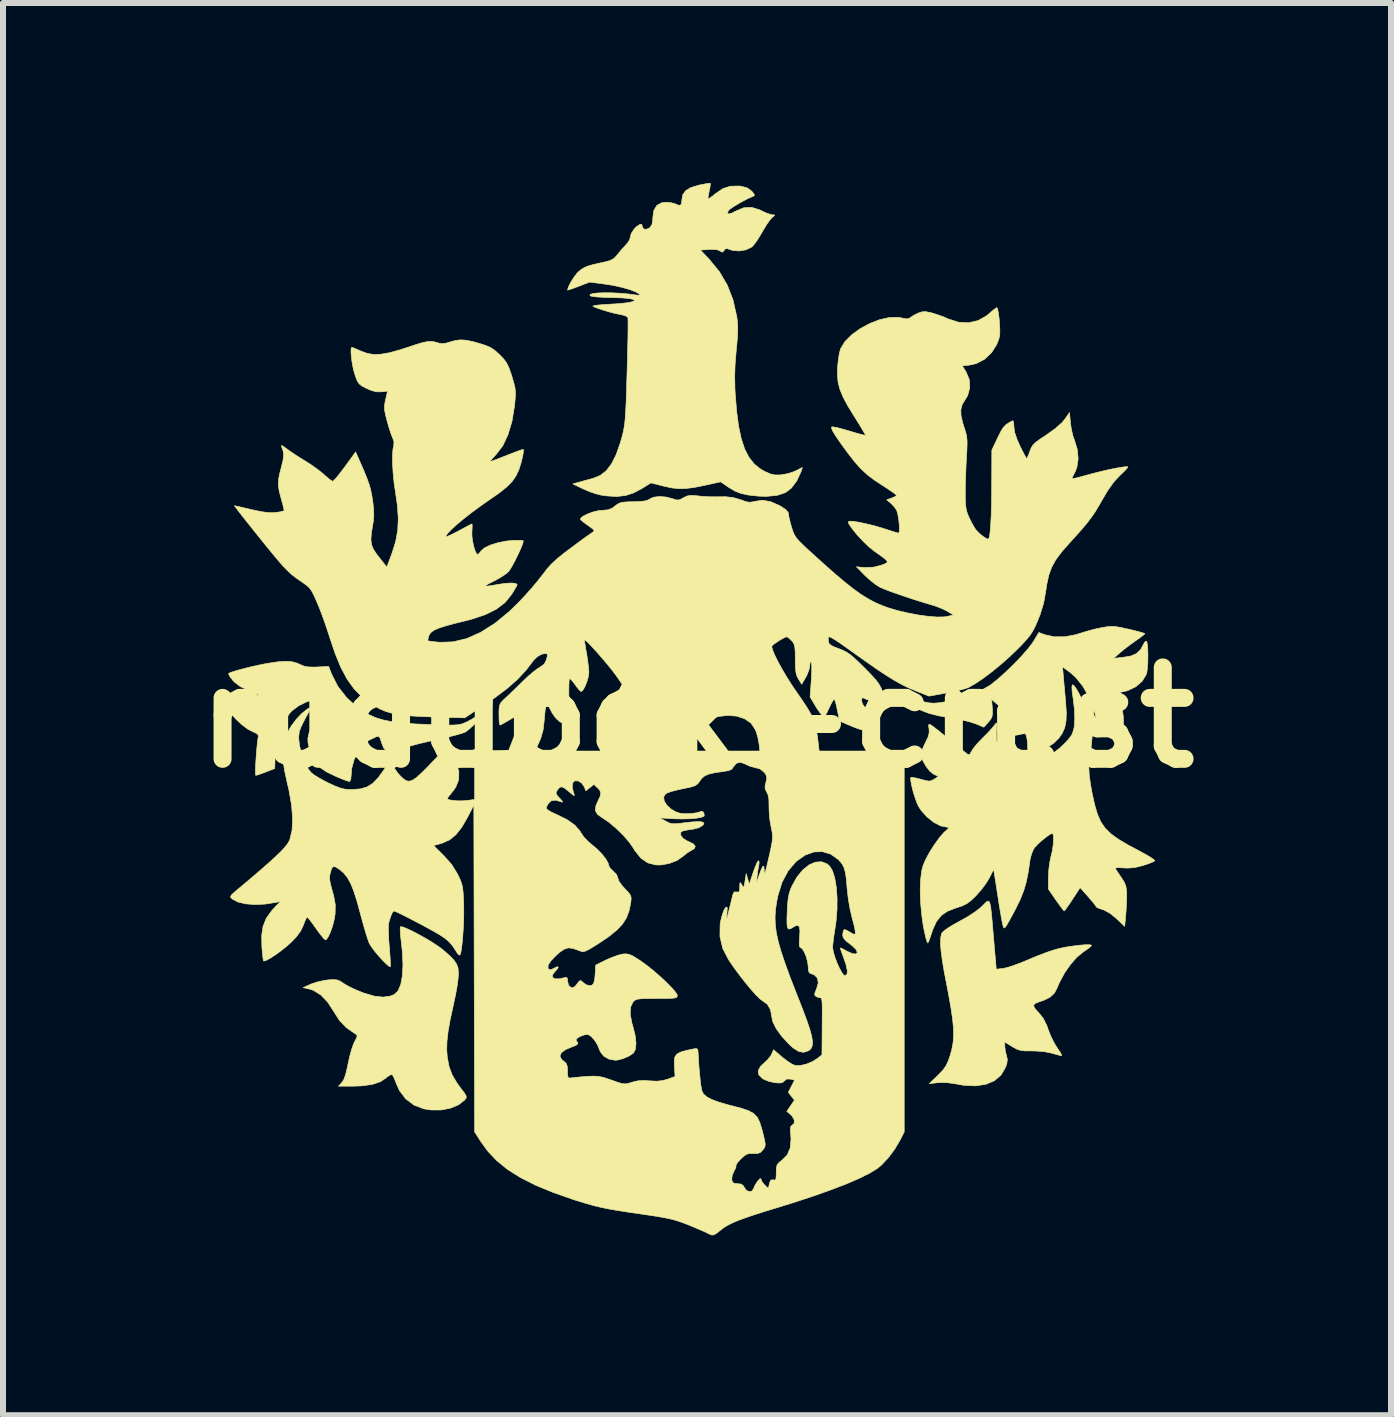
<source format=kicad_pcb>
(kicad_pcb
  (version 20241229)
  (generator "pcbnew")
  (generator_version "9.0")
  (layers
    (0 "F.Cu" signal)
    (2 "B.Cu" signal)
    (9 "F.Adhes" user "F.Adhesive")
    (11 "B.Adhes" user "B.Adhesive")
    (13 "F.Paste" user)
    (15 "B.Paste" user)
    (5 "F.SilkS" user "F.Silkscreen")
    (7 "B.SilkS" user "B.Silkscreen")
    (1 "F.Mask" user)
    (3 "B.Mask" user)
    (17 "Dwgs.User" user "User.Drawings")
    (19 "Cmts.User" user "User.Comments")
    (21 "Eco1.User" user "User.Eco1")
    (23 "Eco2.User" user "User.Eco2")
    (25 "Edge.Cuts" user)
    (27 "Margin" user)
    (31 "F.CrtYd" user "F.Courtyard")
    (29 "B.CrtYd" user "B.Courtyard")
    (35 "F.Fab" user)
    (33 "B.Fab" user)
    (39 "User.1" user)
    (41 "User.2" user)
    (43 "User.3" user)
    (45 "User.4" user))
  (footprint "ruddock-crest"
    (layer "F.Cu")
    (at 8.571 8.912)
    (property "Reference" "ruddock-crest" (at 0 0 0) (layer "F.SilkS") (effects (font (size 1.524 1.524) (thickness 0.3))))
    (attr through_hole)
    (fp_poly (pts (xy -4.914 3.49) (xy -4.849 3.515) (xy -4.76 3.556) (xy -4.655 3.61) (xy -4.543 3.672) (xy -4.434 3.737) (xy -4.336 3.801) (xy -4.289 3.833) (xy -4.198 3.906) (xy -4.114 3.982) (xy -4.053 4.047) (xy -4.048 4.053) (xy -4.006 4.117) (xy -3.985 4.176) (xy -3.978 4.254) (xy -3.979 4.304) (xy -3.987 4.388) (xy -4.004 4.506) (xy -4.03 4.643) (xy -4.06 4.784) (xy -4.063 4.798) (xy -4.115 5.035) (xy -4.15 5.233) (xy -4.169 5.4) (xy -4.173 5.546) (xy -4.164 5.661) (xy -4.135 5.818) (xy -4.083 5.958) (xy -4 6.098) (xy -3.941 6.179) (xy -3.883 6.254) (xy -3.853 6.302) (xy -3.846 6.333) (xy -3.859 6.359) (xy -3.876 6.379) (xy -3.977 6.458) (xy -4.112 6.514) (xy -4.269 6.544) (xy -4.435 6.544) (xy -4.554 6.525) (xy -4.719 6.462) (xy -4.858 6.357) (xy -4.963 6.217) (xy -5.015 6.1) (xy -5.044 6.024) (xy -5.071 5.97) (xy -5.084 5.954) (xy -5.117 5.96) (xy -5.166 5.993) (xy -5.18 6.006) (xy -5.28 6.073) (xy -5.416 6.118) (xy -5.593 6.142) (xy -5.736 6.147) (xy -5.978 6.147) (xy -5.922 6.088) (xy -5.888 6.034) (xy -5.857 5.946) (xy -5.826 5.816) (xy -5.817 5.769) (xy -5.79 5.647) (xy -5.758 5.532) (xy -5.726 5.44) (xy -5.71 5.406) (xy -5.676 5.342) (xy -5.666 5.307) (xy -5.679 5.286) (xy -5.7 5.273) (xy -5.849 5.169) (xy -5.963 5.049) (xy -6.048 4.915) (xy -6.155 4.749) (xy -6.272 4.626) (xy -6.396 4.549) (xy -6.457 4.529) (xy -6.566 4.504) (xy -6.439 4.446) (xy -6.34 4.412) (xy -6.222 4.385) (xy -6.152 4.375) (xy -6.06 4.37) (xy -5.998 4.376) (xy -5.944 4.399) (xy -5.885 4.439) (xy -5.812 4.482) (xy -5.708 4.532) (xy -5.593 4.58) (xy -5.552 4.595) (xy -5.379 4.646) (xy -5.236 4.662) (xy -5.115 4.645) (xy -5.046 4.618) (xy -4.985 4.558) (xy -4.94 4.454) (xy -4.913 4.31) (xy -4.903 4.129) (xy -4.912 3.916) (xy -4.932 3.731) (xy -4.944 3.629) (xy -4.949 3.547) (xy -4.947 3.497) (xy -4.944 3.488) (xy -4.914 3.49)) (stroke (width 0.01) (type solid)) (fill yes) (layer "F.SilkS"))
    (fp_poly (pts (xy 4.869 3.068) (xy 4.883 3.099) (xy 4.896 3.161) (xy 4.907 3.257) (xy 4.92 3.392) (xy 4.935 3.57) (xy 4.943 3.667) (xy 4.989 4.197) (xy 5.109 4.183) (xy 5.178 4.167) (xy 5.28 4.134) (xy 5.401 4.089) (xy 5.529 4.036) (xy 5.542 4.03) (xy 5.677 3.974) (xy 5.816 3.921) (xy 5.94 3.879) (xy 6.035 3.852) (xy 6.035 3.852) (xy 6.152 3.828) (xy 6.271 3.81) (xy 6.384 3.796) (xy 6.479 3.789) (xy 6.547 3.789) (xy 6.577 3.798) (xy 6.577 3.8) (xy 6.557 3.824) (xy 6.504 3.865) (xy 6.437 3.911) (xy 6.333 3.996) (xy 6.226 4.118) (xy 6.126 4.262) (xy 6.043 4.416) (xy 6.006 4.504) (xy 5.958 4.596) (xy 5.884 4.664) (xy 5.776 4.717) (xy 5.715 4.737) (xy 5.641 4.765) (xy 5.611 4.796) (xy 5.624 4.839) (xy 5.678 4.903) (xy 5.691 4.916) (xy 5.769 5.012) (xy 5.828 5.127) (xy 5.856 5.205) (xy 5.9 5.318) (xy 5.957 5.431) (xy 6.008 5.513) (xy 6.052 5.578) (xy 6.077 5.623) (xy 6.077 5.639) (xy 6.042 5.632) (xy 5.975 5.614) (xy 5.916 5.597) (xy 5.793 5.572) (xy 5.645 5.56) (xy 5.578 5.559) (xy 5.472 5.559) (xy 5.397 5.551) (xy 5.336 5.532) (xy 5.271 5.497) (xy 5.254 5.487) (xy 5.131 5.411) (xy 5.131 5.483) (xy 5.14 5.56) (xy 5.159 5.636) (xy 5.174 5.702) (xy 5.165 5.77) (xy 5.145 5.829) (xy 5.07 5.959) (xy 4.959 6.055) (xy 4.815 6.116) (xy 4.64 6.142) (xy 4.438 6.131) (xy 4.305 6.107) (xy 4.168 6.088) (xy 4.032 6.087) (xy 4.013 6.089) (xy 3.873 6.104) (xy 4.016 5.967) (xy 4.096 5.883) (xy 4.15 5.809) (xy 4.191 5.721) (xy 4.219 5.639) (xy 4.249 5.53) (xy 4.269 5.421) (xy 4.278 5.306) (xy 4.275 5.175) (xy 4.26 5.022) (xy 4.233 4.839) (xy 4.194 4.619) (xy 4.168 4.483) (xy 4.122 4.244) (xy 4.089 4.049) (xy 4.069 3.894) (xy 4.059 3.773) (xy 4.061 3.683) (xy 4.073 3.618) (xy 4.085 3.59) (xy 4.119 3.556) (xy 4.188 3.507) (xy 4.281 3.45) (xy 4.374 3.399) (xy 4.512 3.322) (xy 4.636 3.241) (xy 4.732 3.166) (xy 4.754 3.146) (xy 4.794 3.105) (xy 4.826 3.075) (xy 4.85 3.061) (xy 4.869 3.068)) (stroke (width 0.01) (type solid)) (fill yes) (layer "F.SilkS"))
    (fp_poly (pts (xy 6.98 -1.515) (xy 7.067 -1.5) (xy 7.186 -1.474) (xy 7.201 -1.471) (xy 7.309 -1.445) (xy 7.396 -1.422) (xy 7.452 -1.405) (xy 7.467 -1.397) (xy 7.447 -1.378) (xy 7.395 -1.338) (xy 7.322 -1.286) (xy 7.308 -1.276) (xy 7.212 -1.207) (xy 7.117 -1.134) (xy 7.048 -1.077) (xy 6.947 -0.986) (xy 7.095 -1.002) (xy 7.229 -1.024) (xy 7.324 -1.064) (xy 7.391 -1.126) (xy 7.429 -1.193) (xy 7.463 -1.256) (xy 7.488 -1.273) (xy 7.497 -1.265) (xy 7.508 -1.22) (xy 7.515 -1.139) (xy 7.517 -1.037) (xy 7.516 -0.929) (xy 7.509 -0.828) (xy 7.499 -0.749) (xy 7.491 -0.719) (xy 7.422 -0.605) (xy 7.314 -0.512) (xy 7.175 -0.446) (xy 7.034 -0.414) (xy 6.962 -0.404) (xy 6.917 -0.393) (xy 6.909 -0.388) (xy 6.924 -0.364) (xy 6.963 -0.314) (xy 6.995 -0.276) (xy 7.049 -0.201) (xy 7.087 -0.127) (xy 7.096 -0.097) (xy 7.105 -0.027) (xy 7.11 0.061) (xy 7.111 0.152) (xy 7.108 0.23) (xy 7.101 0.278) (xy 7.097 0.286) (xy 7.066 0.288) (xy 7.006 0.274) (xy 6.983 0.266) (xy 6.895 0.245) (xy 6.819 0.254) (xy 6.806 0.258) (xy 6.749 0.273) (xy 6.715 0.272) (xy 6.714 0.271) (xy 6.704 0.241) (xy 6.688 0.174) (xy 6.67 0.084) (xy 6.667 0.064) (xy 6.614 -0.145) (xy 6.533 -0.344) (xy 6.43 -0.524) (xy 6.31 -0.673) (xy 6.212 -0.758) (xy 6.094 -0.843) (xy 6.108 -0.682) (xy 6.116 -0.584) (xy 6.128 -0.457) (xy 6.14 -0.32) (xy 6.146 -0.254) (xy 6.157 -0.078) (xy 6.152 0.06) (xy 6.13 0.171) (xy 6.088 0.265) (xy 6.031 0.346) (xy 5.943 0.431) (xy 5.832 0.505) (xy 5.716 0.559) (xy 5.611 0.584) (xy 5.596 0.584) (xy 5.544 0.581) (xy 5.52 0.564) (xy 5.512 0.517) (xy 5.512 0.472) (xy 5.506 0.385) (xy 5.492 0.308) (xy 5.486 0.292) (xy 5.451 0.232) (xy 5.384 0.148) (xy 5.292 0.048) (xy 5.184 -0.06) (xy 5.066 -0.168) (xy 5.053 -0.179) (xy 4.912 -0.301) (xy 4.923 -0.154) (xy 4.926 -0.067) (xy 4.917 -0.009) (xy 4.891 0.038) (xy 4.858 0.077) (xy 4.782 0.162) (xy 4.646 0.105) (xy 4.561 0.077) (xy 4.444 0.047) (xy 4.314 0.021) (xy 4.242 0.009) (xy 4.033 -0.027) (xy 3.866 -0.069) (xy 3.733 -0.12) (xy 3.627 -0.182) (xy 3.538 -0.26) (xy 3.53 -0.269) (xy 3.467 -0.337) (xy 3.531 -0.324) (xy 3.589 -0.31) (xy 3.675 -0.289) (xy 3.754 -0.268) (xy 3.857 -0.245) (xy 3.945 -0.238) (xy 4.045 -0.246) (xy 4.091 -0.253) (xy 4.317 -0.299) (xy 4.533 -0.365) (xy 4.726 -0.446) (xy 4.884 -0.536) (xy 4.907 -0.553) (xy 5.025 -0.648) (xy 5.153 -0.764) (xy 5.284 -0.89) (xy 5.406 -1.018) (xy 5.511 -1.137) (xy 5.59 -1.239) (xy 5.613 -1.274) (xy 5.698 -1.417) (xy 5.802 -1.379) (xy 5.956 -1.345) (xy 6.134 -1.346) (xy 6.321 -1.382) (xy 6.39 -1.404) (xy 6.513 -1.442) (xy 6.651 -1.478) (xy 6.751 -1.499) (xy 6.838 -1.513) (xy 6.909 -1.519) (xy 6.98 -1.515)) (stroke (width 0.01) (type solid)) (fill yes) (layer "F.SilkS"))
    (fp_poly (pts (xy -6.755 -0.93) (xy -6.667 -0.906) (xy -6.624 -0.886) (xy -6.555 -0.857) (xy -6.482 -0.843) (xy -6.386 -0.84) (xy -6.331 -0.842) (xy -6.142 -0.851) (xy -6.093 -0.724) (xy -5.989 -0.519) (xy -5.842 -0.331) (xy -5.683 -0.186) (xy -5.574 -0.108) (xy -5.466 -0.045) (xy -5.353 0.005) (xy -5.226 0.043) (xy -5.079 0.072) (xy -4.903 0.093) (xy -4.691 0.108) (xy -4.445 0.118) (xy -4.278 0.124) (xy -4.153 0.127) (xy -4.061 0.126) (xy -3.993 0.122) (xy -3.942 0.113) (xy -3.897 0.099) (xy -3.851 0.08) (xy -3.85 0.08) (xy -3.754 0.029) (xy -3.654 -0.036) (xy -3.612 -0.068) (xy -3.55 -0.116) (xy -3.522 -0.127) (xy -3.526 -0.11) (xy -3.57 -0.045) (xy -3.638 0.035) (xy -3.717 0.118) (xy -3.794 0.191) (xy -3.856 0.238) (xy -3.866 0.244) (xy -3.918 0.264) (xy -4.009 0.29) (xy -4.126 0.32) (xy -4.257 0.351) (xy -4.288 0.357) (xy -4.489 0.402) (xy -4.646 0.439) (xy -4.767 0.472) (xy -4.859 0.502) (xy -4.929 0.532) (xy -4.982 0.564) (xy -4.998 0.575) (xy -5.081 0.638) (xy -5.157 0.584) (xy -5.226 0.506) (xy -5.261 0.417) (xy -5.282 0.348) (xy -5.303 0.318) (xy -5.335 0.317) (xy -5.344 0.319) (xy -5.475 0.382) (xy -5.589 0.487) (xy -5.629 0.541) (xy -5.715 0.696) (xy -5.758 0.852) (xy -5.766 0.959) (xy -5.773 1.035) (xy -5.793 1.066) (xy -5.798 1.066) (xy -5.834 1.057) (xy -5.904 1.031) (xy -5.995 0.994) (xy -6.03 0.978) (xy -6.175 0.908) (xy -6.281 0.837) (xy -6.355 0.757) (xy -6.409 0.659) (xy -6.423 0.624) (xy -6.463 0.511) (xy -6.485 0.425) (xy -6.488 0.35) (xy -6.472 0.27) (xy -6.435 0.17) (xy -6.402 0.091) (xy -6.356 -0.02) (xy -6.317 -0.123) (xy -6.29 -0.202) (xy -6.282 -0.233) (xy -6.266 -0.313) (xy -6.37 -0.299) (xy -6.506 -0.262) (xy -6.641 -0.196) (xy -6.754 -0.111) (xy -6.786 -0.076) (xy -6.836 -0.006) (xy -6.894 0.089) (xy -6.941 0.176) (xy -6.98 0.26) (xy -7.005 0.334) (xy -7.02 0.415) (xy -7.028 0.52) (xy -7.032 0.595) (xy -7.041 0.851) (xy -7.187 0.908) (xy -7.268 0.938) (xy -7.33 0.959) (xy -7.357 0.965) (xy -7.361 0.942) (xy -7.362 0.879) (xy -7.359 0.789) (xy -7.352 0.682) (xy -7.344 0.569) (xy -7.334 0.463) (xy -7.324 0.374) (xy -7.314 0.314) (xy -7.312 0.308) (xy -7.328 0.276) (xy -7.389 0.244) (xy -7.405 0.238) (xy -7.49 0.194) (xy -7.588 0.12) (xy -7.686 0.03) (xy -7.768 -0.064) (xy -7.8 -0.111) (xy -7.824 -0.169) (xy -7.841 -0.245) (xy -7.849 -0.323) (xy -7.848 -0.389) (xy -7.836 -0.428) (xy -7.828 -0.432) (xy -7.797 -0.415) (xy -7.753 -0.374) (xy -7.75 -0.371) (xy -7.686 -0.323) (xy -7.62 -0.296) (xy -7.565 -0.295) (xy -7.49 -0.307) (xy -7.414 -0.327) (xy -7.35 -0.35) (xy -7.317 -0.372) (xy -7.315 -0.377) (xy -7.337 -0.394) (xy -7.395 -0.42) (xy -7.476 -0.452) (xy -7.479 -0.453) (xy -7.613 -0.514) (xy -7.714 -0.592) (xy -7.735 -0.614) (xy -7.783 -0.674) (xy -7.807 -0.719) (xy -7.807 -0.736) (xy -7.769 -0.753) (xy -7.692 -0.778) (xy -7.587 -0.807) (xy -7.464 -0.838) (xy -7.333 -0.868) (xy -7.206 -0.894) (xy -7.157 -0.903) (xy -6.989 -0.928) (xy -6.858 -0.937) (xy -6.755 -0.93)) (stroke (width 0.01) (type solid)) (fill yes) (layer "F.SilkS"))
    (fp_poly (pts (xy 6.284 -0.533) (xy 6.325 -0.475) (xy 6.366 -0.404) (xy 6.489 -0.15) (xy 6.563 0.087) (xy 6.589 0.31) (xy 6.568 0.517) (xy 6.567 0.52) (xy 6.541 0.66) (xy 6.531 0.799) (xy 6.538 0.948) (xy 6.561 1.123) (xy 6.59 1.279) (xy 6.632 1.465) (xy 6.677 1.616) (xy 6.733 1.741) (xy 6.805 1.846) (xy 6.9 1.94) (xy 7.025 2.03) (xy 7.185 2.125) (xy 7.347 2.211) (xy 7.456 2.27) (xy 7.546 2.322) (xy 7.607 2.362) (xy 7.632 2.386) (xy 7.632 2.389) (xy 7.602 2.407) (xy 7.537 2.434) (xy 7.449 2.463) (xy 7.438 2.467) (xy 7.301 2.501) (xy 7.181 2.511) (xy 7.109 2.508) (xy 7.023 2.503) (xy 6.981 2.508) (xy 6.977 2.523) (xy 7 2.559) (xy 7.042 2.622) (xy 7.079 2.676) (xy 7.126 2.752) (xy 7.151 2.817) (xy 7.161 2.894) (xy 7.163 2.968) (xy 7.16 3.091) (xy 7.153 3.227) (xy 7.146 3.31) (xy 7.13 3.483) (xy 7 3.359) (xy 6.889 3.267) (xy 6.784 3.21) (xy 6.763 3.203) (xy 6.698 3.181) (xy 6.659 3.161) (xy 6.655 3.155) (xy 6.639 3.129) (xy 6.597 3.076) (xy 6.537 3.006) (xy 6.521 2.987) (xy 6.387 2.837) (xy 6.26 3.031) (xy 6.204 3.116) (xy 6.157 3.182) (xy 6.128 3.22) (xy 6.121 3.225) (xy 6.102 3.205) (xy 6.062 3.153) (xy 6.008 3.078) (xy 5.983 3.042) (xy 5.857 2.86) (xy 5.859 2.655) (xy 5.865 2.535) (xy 5.881 2.414) (xy 5.901 2.316) (xy 5.902 2.313) (xy 5.923 2.227) (xy 5.937 2.133) (xy 5.943 2.044) (xy 5.942 1.974) (xy 5.932 1.935) (xy 5.925 1.931) (xy 5.884 1.948) (xy 5.822 1.992) (xy 5.75 2.05) (xy 5.681 2.113) (xy 5.629 2.169) (xy 5.613 2.191) (xy 5.579 2.269) (xy 5.553 2.363) (xy 5.55 2.387) (xy 5.522 2.58) (xy 5.489 2.742) (xy 5.446 2.889) (xy 5.387 3.037) (xy 5.307 3.201) (xy 5.246 3.314) (xy 5.19 3.416) (xy 5.153 3.479) (xy 5.13 3.507) (xy 5.116 3.507) (xy 5.105 3.483) (xy 5.1 3.467) (xy 5.088 3.413) (xy 5.071 3.321) (xy 5.051 3.204) (xy 5.03 3.076) (xy 5.03 3.073) (xy 5.009 2.94) (xy 4.99 2.814) (xy 4.974 2.71) (xy 4.963 2.644) (xy 4.945 2.532) (xy 4.873 2.675) (xy 4.818 2.766) (xy 4.741 2.869) (xy 4.658 2.964) (xy 4.653 2.969) (xy 4.57 3.05) (xy 4.499 3.103) (xy 4.422 3.141) (xy 4.323 3.173) (xy 4.178 3.229) (xy 4.071 3.301) (xy 3.992 3.401) (xy 3.929 3.539) (xy 3.916 3.58) (xy 3.887 3.666) (xy 3.863 3.73) (xy 3.849 3.759) (xy 3.848 3.759) (xy 3.835 3.737) (xy 3.818 3.683) (xy 3.812 3.664) (xy 3.773 3.482) (xy 3.745 3.284) (xy 3.727 3.081) (xy 3.721 2.884) (xy 3.727 2.705) (xy 3.746 2.555) (xy 3.768 2.47) (xy 3.814 2.364) (xy 3.881 2.24) (xy 3.961 2.115) (xy 4.042 2.003) (xy 4.116 1.918) (xy 4.138 1.898) (xy 4.186 1.855) (xy 4.198 1.835) (xy 4.176 1.829) (xy 4.167 1.829) (xy 4.062 1.807) (xy 3.948 1.748) (xy 3.836 1.66) (xy 3.738 1.551) (xy 3.694 1.485) (xy 3.665 1.422) (xy 3.634 1.335) (xy 3.604 1.238) (xy 3.58 1.142) (xy 3.565 1.061) (xy 3.562 1.009) (xy 3.565 0.998) (xy 3.594 0.999) (xy 3.657 1.011) (xy 3.731 1.03) (xy 3.817 1.053) (xy 3.871 1.061) (xy 3.91 1.053) (xy 3.95 1.031) (xy 3.955 1.028) (xy 4.024 0.982) (xy 3.944 0.945) (xy 3.882 0.896) (xy 3.819 0.816) (xy 3.766 0.724) (xy 3.737 0.639) (xy 3.734 0.612) (xy 3.745 0.561) (xy 3.776 0.485) (xy 3.808 0.418) (xy 3.853 0.325) (xy 3.871 0.253) (xy 3.868 0.186) (xy 3.862 0.147) (xy 3.862 0.122) (xy 3.872 0.114) (xy 3.899 0.125) (xy 3.947 0.159) (xy 4.022 0.217) (xy 4.127 0.303) (xy 4.204 0.365) (xy 4.307 0.449) (xy 4.397 0.523) (xy 4.467 0.579) (xy 4.508 0.612) (xy 4.514 0.617) (xy 4.544 0.619) (xy 4.571 0.574) (xy 4.573 0.57) (xy 4.603 0.52) (xy 4.66 0.449) (xy 4.734 0.37) (xy 4.759 0.345) (xy 4.838 0.266) (xy 4.906 0.193) (xy 4.953 0.138) (xy 4.961 0.127) (xy 4.984 0.096) (xy 4.996 0.092) (xy 4.998 0.122) (xy 4.993 0.194) (xy 4.99 0.229) (xy 4.992 0.377) (xy 5.027 0.491) (xy 5.097 0.576) (xy 5.156 0.614) (xy 5.231 0.638) (xy 5.341 0.654) (xy 5.472 0.662) (xy 5.608 0.662) (xy 5.735 0.654) (xy 5.838 0.637) (xy 5.88 0.624) (xy 5.964 0.575) (xy 6.06 0.499) (xy 6.153 0.409) (xy 6.227 0.321) (xy 6.259 0.268) (xy 6.287 0.169) (xy 6.298 0.032) (xy 6.292 -0.135) (xy 6.272 -0.306) (xy 6.254 -0.434) (xy 6.25 -0.513) (xy 6.259 -0.546) (xy 6.284 -0.533)) (stroke (width 0.01) (type solid)) (fill yes) (layer "F.SilkS"))
    (fp_poly (pts (xy 0.221 -8.906) (xy 0.221 -8.878) (xy 0.212 -8.817) (xy 0.203 -8.776) (xy 0.189 -8.704) (xy 0.183 -8.656) (xy 0.185 -8.646) (xy 0.207 -8.656) (xy 0.257 -8.692) (xy 0.314 -8.738) (xy 0.433 -8.818) (xy 0.554 -8.857) (xy 0.694 -8.861) (xy 0.728 -8.858) (xy 0.836 -8.83) (xy 0.911 -8.776) (xy 0.951 -8.728) (xy 0.956 -8.703) (xy 0.94 -8.692) (xy 0.868 -8.661) (xy 0.78 -8.616) (xy 0.688 -8.565) (xy 0.606 -8.515) (xy 0.546 -8.474) (xy 0.524 -8.453) (xy 0.507 -8.408) (xy 0.527 -8.394) (xy 0.582 -8.41) (xy 0.645 -8.442) (xy 0.779 -8.498) (xy 0.912 -8.504) (xy 1.051 -8.461) (xy 1.082 -8.445) (xy 1.16 -8.409) (xy 1.228 -8.386) (xy 1.255 -8.381) (xy 1.291 -8.379) (xy 1.288 -8.366) (xy 1.252 -8.337) (xy 1.215 -8.295) (xy 1.163 -8.222) (xy 1.107 -8.129) (xy 1.085 -8.091) (xy 1.028 -7.995) (xy 0.971 -7.911) (xy 0.924 -7.854) (xy 0.91 -7.842) (xy 0.815 -7.797) (xy 0.7 -7.778) (xy 0.588 -7.788) (xy 0.556 -7.799) (xy 0.5 -7.818) (xy 0.47 -7.812) (xy 0.452 -7.788) (xy 0.427 -7.758) (xy 0.395 -7.77) (xy 0.385 -7.778) (xy 0.326 -7.801) (xy 0.223 -7.805) (xy 0.2 -7.803) (xy 0.057 -7.793) (xy 0.2 -7.643) (xy 0.373 -7.432) (xy 0.505 -7.208) (xy 0.6 -6.961) (xy 0.663 -6.681) (xy 0.665 -6.668) (xy 0.676 -6.575) (xy 0.679 -6.475) (xy 0.675 -6.355) (xy 0.662 -6.203) (xy 0.654 -6.121) (xy 0.635 -5.897) (xy 0.628 -5.694) (xy 0.632 -5.487) (xy 0.636 -5.404) (xy 0.66 -5.107) (xy 0.693 -4.855) (xy 0.738 -4.646) (xy 0.795 -4.474) (xy 0.867 -4.335) (xy 0.955 -4.225) (xy 1.06 -4.141) (xy 1.132 -4.1) (xy 1.225 -4.06) (xy 1.302 -4.043) (xy 1.388 -4.044) (xy 1.407 -4.046) (xy 1.511 -4.065) (xy 1.614 -4.098) (xy 1.65 -4.114) (xy 1.757 -4.169) (xy 1.739 -4.11) (xy 1.662 -3.943) (xy 1.573 -3.825) (xy 1.474 -3.749) (xy 1.334 -3.703) (xy 1.154 -3.686) (xy 1.016 -3.691) (xy 0.859 -3.708) (xy 0.737 -3.734) (xy 0.632 -3.775) (xy 0.529 -3.836) (xy 0.516 -3.845) (xy 0.394 -3.929) (xy 0.127 -3.87) (xy -0.044 -3.836) (xy -0.181 -3.818) (xy -0.301 -3.815) (xy -0.418 -3.827) (xy -0.547 -3.855) (xy -0.57 -3.861) (xy -0.768 -3.911) (xy -0.912 -3.822) (xy -1.054 -3.746) (xy -1.191 -3.701) (xy -1.337 -3.684) (xy -1.506 -3.694) (xy -1.607 -3.709) (xy -1.694 -3.732) (xy -1.801 -3.769) (xy -1.9 -3.812) (xy -2.07 -3.894) (xy -1.956 -3.926) (xy -1.856 -3.954) (xy -1.753 -3.982) (xy -1.733 -3.987) (xy -1.614 -4.035) (xy -1.513 -4.114) (xy -1.425 -4.229) (xy -1.347 -4.385) (xy -1.277 -4.586) (xy -1.259 -4.649) (xy -1.24 -4.716) (xy -1.226 -4.779) (xy -1.214 -4.844) (xy -1.204 -4.918) (xy -1.196 -5.006) (xy -1.189 -5.117) (xy -1.182 -5.255) (xy -1.176 -5.428) (xy -1.17 -5.642) (xy -1.166 -5.763) (xy -1.16 -5.97) (xy -1.156 -6.161) (xy -1.152 -6.33) (xy -1.15 -6.472) (xy -1.15 -6.579) (xy -1.151 -6.647) (xy -1.153 -6.669) (xy -1.183 -6.692) (xy -1.246 -6.712) (xy -1.275 -6.718) (xy -1.354 -6.733) (xy -1.451 -6.758) (xy -1.552 -6.788) (xy -1.643 -6.818) (xy -1.709 -6.843) (xy -1.735 -6.858) (xy -1.72 -6.866) (xy -1.662 -6.875) (xy -1.572 -6.883) (xy -1.459 -6.89) (xy -1.456 -6.89) (xy -1.28 -6.901) (xy -1.151 -6.916) (xy -1.072 -6.933) (xy -1.041 -6.951) (xy -1.059 -6.969) (xy -1.126 -6.984) (xy -1.243 -6.995) (xy -1.409 -7.001) (xy -1.431 -7.001) (xy -1.56 -7.005) (xy -1.668 -7.011) (xy -1.746 -7.02) (xy -1.783 -7.031) (xy -1.783 -7.031) (xy -1.783 -7.052) (xy -1.739 -7.067) (xy -1.66 -7.077) (xy -1.553 -7.081) (xy -1.425 -7.08) (xy -1.285 -7.073) (xy -1.139 -7.06) (xy -1.029 -7.045) (xy -0.966 -7.04) (xy -0.948 -7.049) (xy -0.953 -7.054) (xy -1.014 -7.092) (xy -1.114 -7.132) (xy -1.242 -7.169) (xy -1.387 -7.202) (xy -1.525 -7.224) (xy -1.791 -7.259) (xy -1.975 -7.188) (xy -2.061 -7.156) (xy -2.126 -7.134) (xy -2.158 -7.125) (xy -2.159 -7.125) (xy -2.144 -7.178) (xy -2.107 -7.253) (xy -2.056 -7.334) (xy -2.002 -7.405) (xy -1.972 -7.436) (xy -1.924 -7.474) (xy -1.873 -7.504) (xy -1.809 -7.53) (xy -1.721 -7.554) (xy -1.598 -7.582) (xy -1.544 -7.593) (xy -1.447 -7.619) (xy -1.383 -7.655) (xy -1.34 -7.701) (xy -1.284 -7.77) (xy -1.217 -7.846) (xy -1.2 -7.863) (xy -1.15 -7.922) (xy -1.121 -7.973) (xy -1.118 -7.988) (xy -1.097 -8.067) (xy -1.045 -8.148) (xy -1.007 -8.185) (xy -0.95 -8.223) (xy -0.921 -8.221) (xy -0.914 -8.191) (xy -0.896 -8.148) (xy -0.851 -8.137) (xy -0.797 -8.158) (xy -0.786 -8.167) (xy -0.751 -8.219) (xy -0.737 -8.3) (xy -0.737 -8.334) (xy -0.72 -8.454) (xy -0.669 -8.538) (xy -0.587 -8.582) (xy -0.514 -8.59) (xy -0.434 -8.582) (xy -0.369 -8.566) (xy -0.359 -8.561) (xy -0.297 -8.537) (xy -0.264 -8.552) (xy -0.254 -8.609) (xy -0.254 -8.62) (xy -0.239 -8.713) (xy -0.19 -8.783) (xy -0.102 -8.835) (xy 0.029 -8.875) (xy 0.118 -8.893) (xy 0.186 -8.905) (xy 0.22 -8.907) (xy 0.221 -8.906)) (stroke (width 0.01) (type solid)) (fill yes) (layer "F.SilkS"))
    (fp_poly (pts (xy 5.012 -6.809) (xy 5.024 -6.746) (xy 5.036 -6.654) (xy 5.041 -6.597) (xy 5.048 -6.481) (xy 5.048 -6.399) (xy 5.039 -6.335) (xy 5.018 -6.272) (xy 4.997 -6.22) (xy 4.912 -6.084) (xy 4.795 -5.974) (xy 4.657 -5.901) (xy 4.55 -5.876) (xy 4.423 -5.861) (xy 4.485 -5.763) (xy 4.539 -5.634) (xy 4.547 -5.498) (xy 4.512 -5.367) (xy 4.47 -5.298) (xy 4.42 -5.216) (xy 4.398 -5.13) (xy 4.402 -5.028) (xy 4.433 -4.899) (xy 4.453 -4.837) (xy 4.479 -4.757) (xy 4.495 -4.688) (xy 4.502 -4.617) (xy 4.502 -4.53) (xy 4.497 -4.411) (xy 4.493 -4.356) (xy 4.485 -4.198) (xy 4.478 -4.02) (xy 4.473 -3.851) (xy 4.472 -3.766) (xy 4.473 -3.634) (xy 4.478 -3.539) (xy 4.489 -3.465) (xy 4.508 -3.399) (xy 4.533 -3.34) (xy 4.577 -3.25) (xy 4.623 -3.169) (xy 4.649 -3.13) (xy 4.7 -3.076) (xy 4.763 -3.023) (xy 4.821 -2.985) (xy 4.855 -2.972) (xy 4.871 -2.997) (xy 4.884 -3.071) (xy 4.895 -3.192) (xy 4.904 -3.359) (xy 4.91 -3.569) (xy 4.913 -3.821) (xy 4.913 -3.861) (xy 4.915 -4.458) (xy 5.013 -4.664) (xy 5.064 -4.767) (xy 5.106 -4.835) (xy 5.151 -4.882) (xy 5.211 -4.921) (xy 5.264 -4.948) (xy 5.276 -4.931) (xy 5.282 -4.878) (xy 5.283 -4.846) (xy 5.296 -4.752) (xy 5.336 -4.634) (xy 5.384 -4.526) (xy 5.429 -4.435) (xy 5.467 -4.364) (xy 5.491 -4.323) (xy 5.496 -4.318) (xy 5.51 -4.34) (xy 5.533 -4.395) (xy 5.549 -4.439) (xy 5.571 -4.495) (xy 5.6 -4.541) (xy 5.644 -4.585) (xy 5.712 -4.636) (xy 5.815 -4.704) (xy 5.82 -4.708) (xy 5.975 -4.818) (xy 6.087 -4.918) (xy 6.13 -4.97) (xy 6.21 -5.085) (xy 6.226 -4.911) (xy 6.242 -4.799) (xy 6.269 -4.688) (xy 6.294 -4.618) (xy 6.34 -4.468) (xy 6.354 -4.314) (xy 6.333 -4.171) (xy 6.304 -4.097) (xy 6.271 -4.032) (xy 6.251 -3.989) (xy 6.248 -3.98) (xy 6.271 -3.982) (xy 6.333 -3.996) (xy 6.423 -4.02) (xy 6.509 -4.044) (xy 6.638 -4.078) (xy 6.772 -4.111) (xy 6.902 -4.14) (xy 7.018 -4.162) (xy 7.109 -4.177) (xy 7.168 -4.182) (xy 7.183 -4.179) (xy 7.171 -4.158) (xy 7.13 -4.112) (xy 7.067 -4.051) (xy 7.054 -4.039) (xy 6.951 -3.93) (xy 6.851 -3.79) (xy 6.768 -3.65) (xy 6.699 -3.53) (xy 6.637 -3.427) (xy 6.572 -3.333) (xy 6.499 -3.238) (xy 6.41 -3.132) (xy 6.297 -3.005) (xy 6.204 -2.903) (xy 6.075 -2.756) (xy 5.979 -2.626) (xy 5.911 -2.502) (xy 5.864 -2.371) (xy 5.831 -2.219) (xy 5.814 -2.105) (xy 5.78 -1.912) (xy 5.723 -1.724) (xy 5.684 -1.626) (xy 5.64 -1.523) (xy 5.599 -1.443) (xy 5.553 -1.372) (xy 5.493 -1.298) (xy 5.411 -1.209) (xy 5.338 -1.135) (xy 5.209 -1.011) (xy 5.066 -0.885) (xy 4.918 -0.764) (xy 4.775 -0.656) (xy 4.645 -0.568) (xy 4.538 -0.507) (xy 4.51 -0.494) (xy 4.445 -0.473) (xy 4.346 -0.448) (xy 4.227 -0.422) (xy 4.142 -0.406) (xy 3.868 -0.356) (xy 3.648 -0.443) (xy 3.531 -0.492) (xy 3.415 -0.549) (xy 3.291 -0.618) (xy 3.152 -0.704) (xy 2.992 -0.81) (xy 2.804 -0.942) (xy 2.681 -1.029) (xy 2.528 -1.138) (xy 2.411 -1.221) (xy 2.324 -1.28) (xy 2.263 -1.318) (xy 2.223 -1.339) (xy 2.199 -1.346) (xy 2.197 -1.346) (xy 2.188 -1.324) (xy 2.189 -1.276) (xy 2.199 -1.237) (xy 2.227 -1.207) (xy 2.283 -1.178) (xy 2.362 -1.148) (xy 2.434 -1.12) (xy 2.497 -1.087) (xy 2.562 -1.042) (xy 2.637 -0.977) (xy 2.732 -0.886) (xy 2.783 -0.836) (xy 2.894 -0.723) (xy 2.974 -0.635) (xy 3.029 -0.563) (xy 3.065 -0.499) (xy 3.086 -0.449) (xy 3.114 -0.37) (xy 3.135 -0.309) (xy 3.143 -0.288) (xy 3.132 -0.254) (xy 3.103 -0.231) (xy 3.062 -0.22) (xy 3.005 -0.23) (xy 2.919 -0.263) (xy 2.91 -0.267) (xy 2.833 -0.3) (xy 2.777 -0.323) (xy 2.755 -0.33) (xy 2.746 -0.309) (xy 2.743 -0.272) (xy 2.763 -0.217) (xy 2.817 -0.145) (xy 2.857 -0.102) (xy 2.937 -0.006) (xy 2.973 0.077) (xy 2.965 0.145) (xy 2.913 0.194) (xy 2.856 0.214) (xy 2.798 0.216) (xy 2.723 0.2) (xy 2.618 0.162) (xy 2.577 0.145) (xy 2.375 0.059) (xy 2.34 -0.123) (xy 2.321 -0.211) (xy 2.302 -0.276) (xy 2.288 -0.304) (xy 2.286 -0.305) (xy 2.267 -0.283) (xy 2.235 -0.227) (xy 2.198 -0.151) (xy 2.16 -0.069) (xy 2.134 -0.028) (xy 2.113 -0.018) (xy 2.089 -0.032) (xy 2.087 -0.034) (xy 2.051 -0.077) (xy 2.003 -0.146) (xy 1.965 -0.208) (xy 1.885 -0.343) (xy 1.905 -0.622) (xy 1.912 -0.745) (xy 1.913 -0.843) (xy 1.909 -0.907) (xy 1.902 -0.926) (xy 1.887 -0.922) (xy 1.88 -0.875) (xy 1.88 -0.867) (xy 1.867 -0.796) (xy 1.833 -0.709) (xy 1.812 -0.669) (xy 1.745 -0.554) (xy 1.692 -0.639) (xy 1.666 -0.689) (xy 1.65 -0.746) (xy 1.641 -0.823) (xy 1.638 -0.935) (xy 1.638 -0.969) (xy 1.637 -1.085) (xy 1.632 -1.163) (xy 1.621 -1.214) (xy 1.602 -1.251) (xy 1.577 -1.281) (xy 1.531 -1.324) (xy 1.498 -1.346) (xy 1.495 -1.346) (xy 1.46 -1.333) (xy 1.402 -1.302) (xy 1.337 -1.261) (xy 1.28 -1.221) (xy 1.248 -1.192) (xy 1.245 -1.185) (xy 1.258 -1.13) (xy 1.295 -1.041) (xy 1.351 -0.928) (xy 1.421 -0.8) (xy 1.501 -0.666) (xy 1.585 -0.533) (xy 1.64 -0.453) (xy 1.749 -0.295) (xy 1.833 -0.168) (xy 1.895 -0.063) (xy 1.939 0.031) (xy 1.97 0.123) (xy 1.992 0.222) (xy 2.01 0.34) (xy 2.019 0.413) (xy 2.036 0.559) (xy 3.454 0.559) (xy 3.454 3.735) (xy 3.454 6.91) (xy 3.387 7.043) (xy 3.298 7.194) (xy 3.191 7.338) (xy 3.078 7.459) (xy 3.004 7.52) (xy 2.878 7.597) (xy 2.704 7.684) (xy 2.486 7.778) (xy 2.225 7.878) (xy 1.925 7.984) (xy 1.588 8.094) (xy 1.357 8.166) (xy 1.127 8.236) (xy 0.94 8.296) (xy 0.791 8.347) (xy 0.672 8.391) (xy 0.578 8.432) (xy 0.502 8.471) (xy 0.44 8.51) (xy 0.393 8.547) (xy 0.324 8.601) (xy 0.278 8.627) (xy 0.239 8.627) (xy 0.19 8.606) (xy 0.169 8.595) (xy 0.116 8.569) (xy 0.028 8.531) (xy -0.079 8.486) (xy -0.156 8.454) (xy -0.252 8.418) (xy -0.342 8.388) (xy -0.437 8.362) (xy -0.546 8.339) (xy -0.682 8.316) (xy -0.853 8.29) (xy -0.929 8.279) (xy -1.149 8.247) (xy -1.328 8.219) (xy -1.478 8.193) (xy -1.61 8.165) (xy -1.732 8.136) (xy -1.857 8.1) (xy -1.995 8.058) (xy -2.056 8.039) (xy -2.398 7.919) (xy -2.694 7.797) (xy -2.948 7.668) (xy -3.163 7.532) (xy -3.343 7.385) (xy -3.494 7.224) (xy -3.598 7.08) (xy -3.708 6.909) (xy -3.715 4.185) (xy -3.721 1.514) (xy -2.515 1.514) (xy -2.493 1.538) (xy -2.436 1.573) (xy -2.355 1.612) (xy -2.346 1.615) (xy -2.171 1.701) (xy -2.043 1.79) (xy -1.956 1.887) (xy -1.932 1.927) (xy -1.883 1.998) (xy -1.809 2.074) (xy -1.755 2.119) (xy -1.667 2.193) (xy -1.586 2.276) (xy -1.521 2.359) (xy -1.481 2.43) (xy -1.473 2.464) (xy -1.454 2.505) (xy -1.407 2.553) (xy -1.397 2.561) (xy -1.34 2.621) (xy -1.321 2.676) (xy -1.302 2.73) (xy -1.249 2.804) (xy -1.205 2.852) (xy -1.143 2.918) (xy -1.109 2.964) (xy -1.098 3.009) (xy -1.103 3.069) (xy -1.106 3.092) (xy -1.133 3.224) (xy -1.176 3.34) (xy -1.243 3.445) (xy -1.339 3.546) (xy -1.468 3.651) (xy -1.638 3.766) (xy -1.692 3.8) (xy -1.785 3.857) (xy -1.848 3.89) (xy -1.892 3.904) (xy -1.928 3.901) (xy -1.965 3.887) (xy -2.068 3.85) (xy -2.146 3.841) (xy -2.216 3.863) (xy -2.295 3.918) (xy -2.345 3.963) (xy -2.437 4.057) (xy -2.483 4.13) (xy -2.484 4.183) (xy -2.465 4.203) (xy -2.428 4.202) (xy -2.376 4.176) (xy -2.328 4.154) (xy -2.313 4.164) (xy -2.333 4.199) (xy -2.362 4.229) (xy -2.408 4.288) (xy -2.409 4.332) (xy -2.371 4.357) (xy -2.297 4.357) (xy -2.25 4.347) (xy -2.19 4.333) (xy -2.165 4.341) (xy -2.159 4.378) (xy -2.159 4.395) (xy -2.141 4.466) (xy -2.109 4.495) (xy -2.071 4.506) (xy -2.035 4.485) (xy -2.003 4.446) (xy -1.965 4.397) (xy -1.94 4.385) (xy -1.912 4.406) (xy -1.899 4.42) (xy -1.841 4.459) (xy -1.79 4.47) (xy -1.751 4.463) (xy -1.725 4.435) (xy -1.708 4.378) (xy -1.698 4.281) (xy -1.696 4.242) (xy -1.689 4.128) (xy -1.513 4.041) (xy -1.411 3.997) (xy -1.312 3.962) (xy -1.236 3.944) (xy -1.233 3.943) (xy -1.178 3.941) (xy -1.127 3.951) (xy -1.068 3.978) (xy -0.987 4.028) (xy -0.937 4.061) (xy -0.84 4.131) (xy -0.734 4.215) (xy -0.628 4.307) (xy -0.527 4.4) (xy -0.44 4.487) (xy -0.374 4.56) (xy -0.336 4.613) (xy -0.33 4.631) (xy -0.331 4.652) (xy -0.34 4.666) (xy -0.364 4.675) (xy -0.41 4.681) (xy -0.487 4.684) (xy -0.602 4.685) (xy -0.707 4.685) (xy -0.838 4.686) (xy -0.929 4.689) (xy -0.988 4.696) (xy -1.026 4.708) (xy -1.051 4.727) (xy -1.069 4.746) (xy -1.108 4.83) (xy -1.114 4.945) (xy -1.086 5.095) (xy -1.067 5.16) (xy -1.03 5.308) (xy -1.017 5.435) (xy -1.028 5.534) (xy -1.061 5.596) (xy -1.137 5.646) (xy -1.234 5.688) (xy -1.329 5.712) (xy -1.361 5.715) (xy -1.468 5.696) (xy -1.558 5.644) (xy -1.615 5.568) (xy -1.624 5.545) (xy -1.659 5.458) (xy -1.71 5.377) (xy -1.768 5.315) (xy -1.821 5.284) (xy -1.831 5.283) (xy -1.889 5.295) (xy -1.958 5.322) (xy -1.96 5.323) (xy -2.01 5.356) (xy -2.016 5.384) (xy -2.01 5.392) (xy -1.985 5.427) (xy -1.998 5.454) (xy -2.054 5.481) (xy -2.076 5.488) (xy -2.192 5.537) (xy -2.262 5.589) (xy -2.286 5.644) (xy -2.26 5.699) (xy -2.223 5.73) (xy -2.183 5.765) (xy -2.164 5.813) (xy -2.159 5.892) (xy -2.159 5.895) (xy -2.157 5.969) (xy -2.148 6.003) (xy -2.122 6.012) (xy -2.089 6.008) (xy -2.03 6.001) (xy -1.938 5.992) (xy -1.834 5.984) (xy -1.826 5.984) (xy -1.722 5.979) (xy -1.639 5.984) (xy -1.556 6.002) (xy -1.452 6.036) (xy -1.422 6.047) (xy -1.321 6.083) (xy -1.252 6.103) (xy -1.201 6.109) (xy -1.153 6.102) (xy -1.093 6.084) (xy -1.088 6.082) (xy -0.985 6.057) (xy -0.875 6.052) (xy -0.79 6.058) (xy -0.67 6.064) (xy -0.574 6.054) (xy -0.491 6.031) (xy -0.366 5.986) (xy -0.377 5.825) (xy -0.38 5.73) (xy -0.37 5.662) (xy -0.339 5.615) (xy -0.281 5.581) (xy -0.186 5.553) (xy -0.062 5.526) (xy -0.012 5.519) (xy 0.011 5.534) (xy 0.018 5.585) (xy 0.019 5.606) (xy 0.027 5.756) (xy 0.041 5.926) (xy 0.058 6.088) (xy 0.065 6.139) (xy 0.08 6.222) (xy 0.107 6.276) (xy 0.157 6.32) (xy 0.179 6.335) (xy 0.25 6.371) (xy 0.359 6.411) (xy 0.495 6.452) (xy 0.586 6.475) (xy 0.743 6.516) (xy 0.859 6.556) (xy 0.942 6.601) (xy 1.001 6.661) (xy 1.044 6.744) (xy 1.079 6.856) (xy 1.105 6.955) (xy 1.127 7.051) (xy 1.137 7.111) (xy 1.133 7.151) (xy 1.117 7.184) (xy 1.098 7.209) (xy 1.056 7.253) (xy 1.006 7.27) (xy 0.938 7.27) (xy 0.868 7.27) (xy 0.815 7.288) (xy 0.757 7.334) (xy 0.733 7.356) (xy 0.682 7.413) (xy 0.653 7.456) (xy 0.65 7.472) (xy 0.647 7.506) (xy 0.62 7.558) (xy 0.617 7.563) (xy 0.586 7.635) (xy 0.579 7.703) (xy 0.592 7.75) (xy 0.625 7.769) (xy 0.675 7.772) (xy 0.742 7.781) (xy 0.777 7.813) (xy 0.787 7.834) (xy 0.823 7.884) (xy 0.872 7.905) (xy 0.917 7.895) (xy 0.94 7.86) (xy 0.964 7.804) (xy 1.004 7.739) (xy 1.009 7.733) (xy 1.048 7.689) (xy 1.065 7.691) (xy 1.066 7.698) (xy 1.084 7.742) (xy 1.126 7.794) (xy 1.128 7.795) (xy 1.189 7.853) (xy 1.206 7.773) (xy 1.225 7.719) (xy 1.253 7.706) (xy 1.272 7.71) (xy 1.3 7.713) (xy 1.315 7.695) (xy 1.32 7.643) (xy 1.321 7.587) (xy 1.323 7.505) (xy 1.337 7.454) (xy 1.37 7.417) (xy 1.409 7.388) (xy 1.502 7.297) (xy 1.554 7.176) (xy 1.567 7.025) (xy 1.563 6.969) (xy 1.556 6.88) (xy 1.559 6.829) (xy 1.575 6.804) (xy 1.586 6.799) (xy 1.62 6.763) (xy 1.62 6.708) (xy 1.586 6.646) (xy 1.561 6.622) (xy 1.497 6.566) (xy 1.624 6.38) (xy 1.573 6.315) (xy 1.522 6.25) (xy 1.626 6.046) (xy 1.558 6.029) (xy 1.496 6.027) (xy 1.457 6.058) (xy 1.427 6.085) (xy 1.381 6.094) (xy 1.301 6.089) (xy 1.295 6.088) (xy 1.203 6.068) (xy 1.118 6.035) (xy 1.091 6.019) (xy 1.03 5.957) (xy 1.019 5.891) (xy 1.057 5.82) (xy 1.116 5.764) (xy 1.181 5.702) (xy 1.232 5.636) (xy 1.245 5.611) (xy 1.276 5.539) (xy 1.419 5.662) (xy 1.5 5.725) (xy 1.576 5.775) (xy 1.633 5.801) (xy 1.635 5.802) (xy 1.718 5.803) (xy 1.823 5.779) (xy 1.929 5.735) (xy 2.013 5.681) (xy 2.083 5.624) (xy 2.086 5.206) (xy 2.087 5.029) (xy 2.088 4.896) (xy 2.087 4.801) (xy 2.084 4.738) (xy 2.079 4.7) (xy 2.072 4.681) (xy 2.062 4.674) (xy 2.051 4.673) (xy 2.002 4.66) (xy 1.983 4.65) (xy 1.963 4.629) (xy 1.965 4.593) (xy 1.99 4.53) (xy 1.993 4.523) (xy 2.021 4.423) (xy 2.007 4.344) (xy 1.955 4.291) (xy 1.919 4.278) (xy 1.877 4.26) (xy 1.858 4.225) (xy 1.854 4.156) (xy 1.844 4.077) (xy 1.821 3.99) (xy 1.789 3.912) (xy 1.754 3.855) (xy 1.725 3.835) (xy 1.708 3.819) (xy 1.704 3.764) (xy 1.709 3.676) (xy 1.716 3.561) (xy 1.707 3.492) (xy 1.682 3.465) (xy 1.638 3.475) (xy 1.616 3.488) (xy 1.565 3.519) (xy 1.531 3.528) (xy 1.51 3.509) (xy 1.501 3.457) (xy 1.499 3.366) (xy 1.503 3.245) (xy 1.51 3.109) (xy 1.521 3.008) (xy 1.538 2.928) (xy 1.563 2.854) (xy 1.584 2.807) (xy 1.667 2.659) (xy 1.763 2.542) (xy 1.867 2.458) (xy 1.973 2.412) (xy 2.076 2.405) (xy 2.169 2.441) (xy 2.211 2.478) (xy 2.26 2.559) (xy 2.297 2.681) (xy 2.323 2.835) (xy 2.335 3.012) (xy 2.334 3.203) (xy 2.318 3.4) (xy 2.299 3.531) (xy 2.281 3.642) (xy 2.268 3.745) (xy 2.261 3.822) (xy 2.261 3.835) (xy 2.271 3.903) (xy 2.296 3.99) (xy 2.332 4.086) (xy 2.373 4.177) (xy 2.414 4.251) (xy 2.448 4.297) (xy 2.464 4.305) (xy 2.5 4.284) (xy 2.506 4.223) (xy 2.484 4.12) (xy 2.452 4.027) (xy 2.421 3.941) (xy 2.398 3.876) (xy 2.388 3.844) (xy 2.388 3.843) (xy 2.407 3.847) (xy 2.458 3.873) (xy 2.502 3.898) (xy 2.592 3.938) (xy 2.65 3.943) (xy 2.672 3.919) (xy 2.654 3.871) (xy 2.59 3.808) (xy 2.572 3.794) (xy 2.491 3.731) (xy 2.446 3.683) (xy 2.429 3.64) (xy 2.432 3.594) (xy 2.443 3.549) (xy 2.461 3.535) (xy 2.5 3.55) (xy 2.556 3.583) (xy 2.6 3.609) (xy 2.628 3.615) (xy 2.64 3.597) (xy 2.636 3.549) (xy 2.618 3.464) (xy 2.585 3.337) (xy 2.58 3.318) (xy 2.548 3.177) (xy 2.521 3.017) (xy 2.504 2.868) (xy 2.502 2.845) (xy 2.489 2.693) (xy 2.473 2.582) (xy 2.449 2.499) (xy 2.414 2.435) (xy 2.365 2.378) (xy 2.355 2.368) (xy 2.23 2.279) (xy 2.093 2.237) (xy 1.949 2.242) (xy 1.804 2.294) (xy 1.663 2.392) (xy 1.647 2.406) (xy 1.518 2.559) (xy 1.418 2.746) (xy 1.348 2.972) (xy 1.326 3.082) (xy 1.308 3.209) (xy 1.301 3.331) (xy 1.305 3.455) (xy 1.322 3.588) (xy 1.354 3.735) (xy 1.401 3.902) (xy 1.466 4.095) (xy 1.548 4.321) (xy 1.651 4.586) (xy 1.675 4.646) (xy 1.763 4.871) (xy 1.831 5.053) (xy 1.88 5.199) (xy 1.911 5.313) (xy 1.925 5.4) (xy 1.923 5.464) (xy 1.906 5.511) (xy 1.875 5.545) (xy 1.852 5.559) (xy 1.776 5.583) (xy 1.694 5.567) (xy 1.602 5.509) (xy 1.522 5.436) (xy 1.407 5.308) (xy 1.318 5.184) (xy 1.263 5.072) (xy 1.245 4.985) (xy 1.225 4.871) (xy 1.171 4.78) (xy 1.095 4.726) (xy 1.05 4.692) (xy 0.981 4.625) (xy 0.897 4.53) (xy 0.802 4.415) (xy 0.703 4.288) (xy 0.606 4.156) (xy 0.525 4.037) (xy 0.428 3.849) (xy 0.382 3.651) (xy 0.385 3.447) (xy 0.396 3.386) (xy 0.42 3.293) (xy 0.447 3.217) (xy 0.471 3.176) (xy 0.493 3.159) (xy 0.503 3.169) (xy 0.502 3.215) (xy 0.497 3.277) (xy 0.49 3.34) (xy 0.49 3.365) (xy 0.498 3.349) (xy 0.514 3.288) (xy 0.533 3.213) (xy 0.559 3.11) (xy 0.581 3.02) (xy 0.596 2.959) (xy 0.598 2.951) (xy 0.619 2.909) (xy 0.66 2.908) (xy 0.661 2.909) (xy 0.694 2.912) (xy 0.708 2.888) (xy 0.712 2.827) (xy 0.714 2.767) (xy 0.721 2.751) (xy 0.738 2.776) (xy 0.747 2.791) (xy 0.767 2.824) (xy 0.78 2.825) (xy 0.79 2.787) (xy 0.8 2.728) (xy 0.82 2.603) (xy 0.845 2.692) (xy 0.871 2.781) (xy 0.936 2.584) (xy 0.969 2.494) (xy 0.998 2.425) (xy 1.02 2.39) (xy 1.024 2.388) (xy 1.036 2.409) (xy 1.031 2.457) (xy 1.018 2.528) (xy 1.005 2.616) (xy 1.002 2.642) (xy 0.99 2.756) (xy 1.038 2.622) (xy 1.073 2.528) (xy 1.097 2.481) (xy 1.112 2.48) (xy 1.119 2.523) (xy 1.12 2.555) (xy 1.122 2.596) (xy 1.129 2.6) (xy 1.142 2.564) (xy 1.162 2.484) (xy 1.17 2.451) (xy 1.208 2.29) (xy 1.234 2.169) (xy 1.251 2.078) (xy 1.258 2.007) (xy 1.257 1.947) (xy 1.248 1.888) (xy 1.234 1.82) (xy 1.234 1.82) (xy 1.213 1.7) (xy 1.202 1.566) (xy 1.2 1.482) (xy 1.198 1.366) (xy 1.183 1.287) (xy 1.162 1.244) (xy 1.135 1.191) (xy 1.135 1.136) (xy 1.148 1.084) (xy 1.164 1.016) (xy 1.155 0.967) (xy 1.126 0.92) (xy 1.053 0.859) (xy 0.975 0.837) (xy 0.89 0.816) (xy 0.814 0.782) (xy 0.808 0.778) (xy 0.727 0.747) (xy 0.657 0.763) (xy 0.606 0.823) (xy 0.605 0.825) (xy 0.579 0.862) (xy 0.532 0.884) (xy 0.451 0.899) (xy 0.435 0.901) (xy 0.295 0.921) (xy 0.195 0.944) (xy 0.126 0.975) (xy 0.077 1.017) (xy 0.051 1.053) (xy 0.012 1.106) (xy -0.037 1.139) (xy -0.113 1.162) (xy -0.147 1.169) (xy -0.312 1.204) (xy -0.43 1.234) (xy -0.503 1.261) (xy -0.527 1.276) (xy -0.556 1.327) (xy -0.547 1.392) (xy -0.505 1.46) (xy -0.438 1.524) (xy -0.353 1.574) (xy -0.287 1.596) (xy -0.204 1.605) (xy -0.103 1.602) (xy -0.007 1.589) (xy 0.064 1.568) (xy 0.075 1.563) (xy 0.098 1.571) (xy 0.117 1.604) (xy 0.12 1.638) (xy 0.116 1.645) (xy 0.072 1.664) (xy -0.011 1.679) (xy -0.121 1.689) (xy -0.247 1.692) (xy -0.376 1.689) (xy -0.381 1.689) (xy -0.622 1.674) (xy -0.522 1.729) (xy -0.471 1.755) (xy -0.425 1.769) (xy -0.371 1.772) (xy -0.292 1.766) (xy -0.2 1.754) (xy -0.093 1.742) (xy 0.000289 1.736) (xy 0.064 1.738) (xy 0.077 1.74) (xy 0.114 1.756) (xy 0.109 1.78) (xy 0.089 1.803) (xy 0.03 1.838) (xy -0.07 1.863) (xy -0.104 1.867) (xy -0.186 1.88) (xy -0.247 1.896) (xy -0.268 1.908) (xy -0.274 1.959) (xy -0.237 2.013) (xy -0.161 2.06) (xy -0.139 2.069) (xy -0.059 2.109) (xy -0.029 2.15) (xy -0.049 2.189) (xy -0.095 2.216) (xy -0.162 2.256) (xy -0.23 2.311) (xy -0.235 2.315) (xy -0.335 2.385) (xy -0.464 2.434) (xy -0.603 2.459) (xy -0.688 2.458) (xy -0.82 2.424) (xy -0.934 2.347) (xy -1.033 2.224) (xy -1.061 2.178) (xy -1.133 2.075) (xy -1.235 1.958) (xy -1.353 1.844) (xy -1.473 1.743) (xy -1.578 1.673) (xy -1.659 1.616) (xy -1.695 1.553) (xy -1.687 1.474) (xy -1.653 1.395) (xy -1.614 1.312) (xy -1.604 1.256) (xy -1.623 1.211) (xy -1.66 1.172) (xy -1.719 1.116) (xy -1.787 1.17) (xy -1.854 1.223) (xy -1.878 1.159) (xy -1.922 1.094) (xy -1.983 1.057) (xy -2.043 1.057) (xy -2.075 1.094) (xy -2.08 1.164) (xy -2.059 1.254) (xy -2.057 1.258) (xy -2.045 1.294) (xy -2.05 1.303) (xy -2.08 1.283) (xy -2.138 1.234) (xy -2.21 1.177) (xy -2.258 1.155) (xy -2.294 1.168) (xy -2.33 1.212) (xy -2.331 1.214) (xy -2.35 1.251) (xy -2.344 1.284) (xy -2.308 1.328) (xy -2.287 1.349) (xy -2.249 1.392) (xy -2.242 1.411) (xy -2.253 1.409) (xy -2.354 1.379) (xy -2.428 1.386) (xy -2.473 1.426) (xy -2.504 1.479) (xy -2.515 1.514) (xy -3.721 1.514) (xy -3.721 1.46) (xy -3.828 1.668) (xy -3.925 1.834) (xy -4.022 1.956) (xy -4.127 2.041) (xy -4.246 2.094) (xy -4.258 2.098) (xy -4.392 2.136) (xy -4.228 2.297) (xy -4.09 2.452) (xy -3.991 2.613) (xy -3.982 2.632) (xy -3.947 2.708) (xy -3.923 2.773) (xy -3.908 2.84) (xy -3.899 2.922) (xy -3.893 3.033) (xy -3.89 3.132) (xy -3.889 3.264) (xy -3.892 3.407) (xy -3.899 3.552) (xy -3.909 3.689) (xy -3.921 3.807) (xy -3.934 3.899) (xy -3.948 3.952) (xy -3.954 3.961) (xy -3.976 3.954) (xy -3.997 3.928) (xy -4.067 3.819) (xy -4.132 3.741) (xy -4.207 3.678) (xy -4.294 3.621) (xy -4.373 3.575) (xy -4.475 3.518) (xy -4.59 3.456) (xy -4.71 3.393) (xy -4.824 3.334) (xy -4.925 3.283) (xy -5.002 3.246) (xy -5.048 3.227) (xy -5.054 3.226) (xy -5.077 3.248) (xy -5.104 3.308) (xy -5.131 3.391) (xy -5.142 3.437) (xy -5.146 3.489) (xy -5.145 3.58) (xy -5.14 3.695) (xy -5.131 3.824) (xy -5.13 3.827) (xy -5.121 3.949) (xy -5.114 4.05) (xy -5.111 4.122) (xy -5.112 4.154) (xy -5.112 4.155) (xy -5.136 4.147) (xy -5.183 4.107) (xy -5.244 4.046) (xy -5.311 3.972) (xy -5.375 3.895) (xy -5.429 3.823) (xy -5.463 3.767) (xy -5.466 3.76) (xy -5.49 3.695) (xy -5.522 3.593) (xy -5.56 3.464) (xy -5.599 3.322) (xy -5.618 3.251) (xy -5.674 3.047) (xy -5.726 2.886) (xy -5.777 2.761) (xy -5.832 2.665) (xy -5.892 2.592) (xy -5.953 2.539) (xy -6.022 2.493) (xy -6.064 2.485) (xy -6.092 2.519) (xy -6.114 2.591) (xy -6.124 2.637) (xy -6.127 2.683) (xy -6.119 2.739) (xy -6.101 2.818) (xy -6.07 2.93) (xy -6.058 2.972) (xy -6.031 3.122) (xy -6.034 3.277) (xy -6.05 3.373) (xy -6.076 3.475) (xy -6.109 3.572) (xy -6.145 3.65) (xy -6.177 3.699) (xy -6.195 3.708) (xy -6.219 3.689) (xy -6.264 3.636) (xy -6.322 3.56) (xy -6.352 3.518) (xy -6.411 3.434) (xy -6.461 3.369) (xy -6.493 3.332) (xy -6.5 3.327) (xy -6.516 3.349) (xy -6.542 3.406) (xy -6.562 3.461) (xy -6.607 3.557) (xy -6.675 3.651) (xy -6.766 3.747) (xy -6.845 3.817) (xy -6.935 3.889) (xy -7.027 3.956) (xy -7.111 4.011) (xy -7.179 4.048) (xy -7.22 4.061) (xy -7.227 4.059) (xy -7.234 4.03) (xy -7.243 3.962) (xy -7.251 3.868) (xy -7.255 3.819) (xy -7.258 3.634) (xy -7.235 3.482) (xy -7.183 3.351) (xy -7.097 3.229) (xy -7.064 3.192) (xy -6.947 3.066) (xy -7.023 3.083) (xy -7.199 3.111) (xy -7.37 3.119) (xy -7.525 3.107) (xy -7.653 3.077) (xy -7.744 3.029) (xy -7.745 3.029) (xy -7.771 3.004) (xy -7.777 2.983) (xy -7.757 2.954) (xy -7.706 2.907) (xy -7.662 2.87) (xy -7.451 2.693) (xy -7.277 2.544) (xy -7.136 2.42) (xy -7.024 2.318) (xy -6.937 2.234) (xy -6.874 2.166) (xy -6.829 2.109) (xy -6.801 2.062) (xy -6.79 2.039) (xy -6.752 1.883) (xy -6.742 1.689) (xy -6.76 1.461) (xy -6.805 1.203) (xy -6.831 1.095) (xy -6.878 0.879) (xy -6.902 0.699) (xy -6.904 0.544) (xy -6.882 0.406) (xy -6.838 0.274) (xy -6.826 0.248) (xy -6.765 0.141) (xy -6.681 0.031) (xy -6.588 -0.068) (xy -6.499 -0.139) (xy -6.478 -0.152) (xy -6.452 -0.163) (xy -6.445 -0.153) (xy -6.46 -0.116) (xy -6.499 -0.043) (xy -6.514 -0.016) (xy -6.564 0.078) (xy -6.606 0.167) (xy -6.631 0.233) (xy -6.631 0.233) (xy -6.642 0.338) (xy -6.628 0.468) (xy -6.593 0.61) (xy -6.542 0.746) (xy -6.48 0.861) (xy -6.436 0.917) (xy -6.386 0.957) (xy -6.303 1.008) (xy -6.201 1.064) (xy -6.141 1.094) (xy -6.027 1.146) (xy -5.943 1.178) (xy -5.871 1.195) (xy -5.796 1.201) (xy -5.739 1.201) (xy -5.609 1.19) (xy -5.501 1.158) (xy -5.406 1.098) (xy -5.314 1.003) (xy -5.218 0.869) (xy -5.194 0.832) (xy -5.15 0.766) (xy -5.115 0.722) (xy -5.101 0.711) (xy -5.084 0.733) (xy -5.068 0.786) (xy -5.067 0.789) (xy -5.04 0.852) (xy -4.989 0.927) (xy -4.953 0.968) (xy -4.897 1.022) (xy -4.848 1.055) (xy -4.798 1.063) (xy -4.742 1.045) (xy -4.673 0.998) (xy -4.586 0.918) (xy -4.473 0.805) (xy -4.42 0.749) (xy -4.321 0.647) (xy -4.235 0.559) (xy -4.167 0.49) (xy -4.124 0.448) (xy -4.111 0.437) (xy -4.097 0.454) (xy -4.083 0.505) (xy -4.082 0.513) (xy -4.066 0.583) (xy -4.037 0.676) (xy -4.012 0.749) (xy -3.971 0.904) (xy -3.974 1.04) (xy -4.023 1.163) (xy -4.078 1.239) (xy -4.127 1.299) (xy -4.159 1.341) (xy -4.166 1.354) (xy -4.143 1.37) (xy -4.083 1.381) (xy -4.003 1.389) (xy -3.915 1.39) (xy -3.835 1.384) (xy -3.708 1.367) (xy -3.708 0.964) (xy -3.708 0.56) (xy -3.424 0.553) (xy -3.261 0.549) (xy -2.692 0.549) (xy -2.668 0.552) (xy -2.6 0.554) (xy -2.496 0.556) (xy -2.363 0.558) (xy -2.207 0.559) (xy -2.124 0.559) (xy -1.556 0.559) (xy -1.543 0.431) (xy -0.051 0.431) (xy -0.051 0.559) (xy 1.048 0.559) (xy 1.033 0.432) (xy 1.013 0.328) (xy 0.981 0.223) (xy 0.969 0.194) (xy 0.899 0.094) (xy 0.794 0.021) (xy 0.663 -0.022) (xy 0.515 -0.035) (xy 0.358 -0.017) (xy 0.201 0.034) (xy 0.105 0.083) (xy 0.018 0.164) (xy -0.034 0.281) (xy -0.051 0.431) (xy -1.543 0.431) (xy -1.539 0.383) (xy -1.507 0.168) (xy -1.458 -0.047) (xy -1.396 -0.243) (xy -1.335 -0.385) (xy -1.249 -0.554) (xy -1.315 -0.652) (xy -1.368 -0.726) (xy -1.437 -0.815) (xy -1.517 -0.913) (xy -1.602 -1.012) (xy -1.684 -1.106) (xy -1.759 -1.188) (xy -1.821 -1.252) (xy -1.863 -1.289) (xy -1.88 -1.295) (xy -1.88 -1.294) (xy -1.875 -1.266) (xy -1.864 -1.199) (xy -1.849 -1.107) (xy -1.841 -1.067) (xy -1.824 -0.953) (xy -1.81 -0.846) (xy -1.804 -0.765) (xy -1.803 -0.751) (xy -1.812 -0.681) (xy -1.835 -0.6) (xy -1.866 -0.521) (xy -1.899 -0.46) (xy -1.928 -0.432) (xy -1.931 -0.432) (xy -1.957 -0.451) (xy -1.999 -0.501) (xy -2.033 -0.548) (xy -2.079 -0.609) (xy -2.114 -0.645) (xy -2.127 -0.65) (xy -2.132 -0.621) (xy -2.136 -0.551) (xy -2.137 -0.45) (xy -2.137 -0.329) (xy -2.137 -0.313) (xy -2.137 -0.187) (xy -2.138 -0.076) (xy -2.142 0.008) (xy -2.147 0.054) (xy -2.148 0.055) (xy -2.18 0.097) (xy -2.23 0.1) (xy -2.291 0.069) (xy -2.356 0.009) (xy -2.416 -0.076) (xy -2.438 -0.119) (xy -2.472 -0.183) (xy -2.498 -0.208) (xy -2.517 -0.191) (xy -2.531 -0.13) (xy -2.542 -0.022) (xy -2.547 0.043) (xy -2.566 0.207) (xy -2.604 0.343) (xy -2.626 0.395) (xy -2.661 0.472) (xy -2.685 0.528) (xy -2.692 0.549) (xy -3.261 0.549) (xy -3.139 0.546) (xy -3.03 0.267) (xy -2.987 0.156) (xy -2.953 0.062) (xy -2.929 -0.004) (xy -2.921 -0.032) (xy -2.936 -0.05) (xy -2.982 -0.039) (xy -3.063 0.002) (xy -3.124 0.038) (xy -3.2 0.083) (xy -3.259 0.115) (xy -3.286 0.127) (xy -3.294 0.104) (xy -3.3 0.043) (xy -3.302 -0.043) (xy -3.302 -0.049) (xy -3.301 -0.142) (xy -3.292 -0.203) (xy -3.27 -0.247) (xy -3.227 -0.294) (xy -3.196 -0.322) (xy -3.132 -0.382) (xy -3.045 -0.465) (xy -2.95 -0.558) (xy -2.895 -0.612) (xy -2.806 -0.695) (xy -2.721 -0.767) (xy -2.653 -0.818) (xy -2.621 -0.836) (xy -2.547 -0.891) (xy -2.513 -0.957) (xy -2.497 -1.018) (xy -2.496 -1.055) (xy -2.498 -1.058) (xy -2.539 -1.068) (xy -2.601 -1.05) (xy -2.666 -1.012) (xy -2.719 -0.962) (xy -2.722 -0.957) (xy -2.852 -0.787) (xy -2.998 -0.631) (xy -3.169 -0.481) (xy -3.373 -0.328) (xy -3.493 -0.247) (xy -3.873 0.006) (xy -4.369 -0.008) (xy -4.603 -0.016) (xy -4.794 -0.028) (xy -4.95 -0.045) (xy -5.08 -0.069) (xy -5.192 -0.102) (xy -5.293 -0.145) (xy -5.392 -0.201) (xy -5.437 -0.23) (xy -5.588 -0.344) (xy -5.719 -0.479) (xy -5.835 -0.641) (xy -5.939 -0.836) (xy -6.035 -1.07) (xy -6.119 -1.321) (xy -6.169 -1.474) (xy -6.225 -1.637) (xy -6.282 -1.79) (xy -6.332 -1.912) (xy -6.38 -2.022) (xy -6.419 -2.099) (xy -6.457 -2.154) (xy -6.506 -2.201) (xy -6.576 -2.252) (xy -6.636 -2.293) (xy -6.699 -2.337) (xy -6.757 -2.383) (xy -6.816 -2.437) (xy -6.882 -2.503) (xy -6.958 -2.589) (xy -7.051 -2.699) (xy -7.165 -2.838) (xy -7.278 -2.978) (xy -7.393 -3.121) (xy -7.496 -3.251) (xy -7.583 -3.361) (xy -7.651 -3.448) (xy -7.695 -3.506) (xy -7.712 -3.53) (xy -7.712 -3.531) (xy -7.684 -3.525) (xy -7.617 -3.51) (xy -7.522 -3.488) (xy -7.427 -3.466) (xy -7.278 -3.434) (xy -7.164 -3.417) (xy -7.072 -3.414) (xy -7.018 -3.418) (xy -6.943 -3.43) (xy -6.894 -3.444) (xy -6.883 -3.451) (xy -6.89 -3.482) (xy -6.906 -3.549) (xy -6.93 -3.637) (xy -6.934 -3.651) (xy -6.966 -3.774) (xy -6.98 -3.871) (xy -6.978 -3.96) (xy -6.96 -4.061) (xy -6.932 -4.166) (xy -6.904 -4.281) (xy -6.892 -4.364) (xy -6.898 -4.433) (xy -6.921 -4.502) (xy -6.923 -4.508) (xy -6.929 -4.533) (xy -6.91 -4.528) (xy -6.86 -4.493) (xy -6.844 -4.481) (xy -6.775 -4.432) (xy -6.68 -4.368) (xy -6.575 -4.302) (xy -6.54 -4.281) (xy -6.432 -4.212) (xy -6.324 -4.135) (xy -6.236 -4.065) (xy -6.218 -4.048) (xy -6.152 -3.991) (xy -6.1 -3.951) (xy -6.073 -3.937) (xy -6.05 -3.956) (xy -6.003 -4.009) (xy -5.941 -4.087) (xy -5.87 -4.182) (xy -5.692 -4.426) (xy -5.625 -4.277) (xy -5.556 -4.118) (xy -5.505 -3.993) (xy -5.468 -3.891) (xy -5.442 -3.8) (xy -5.423 -3.707) (xy -5.408 -3.615) (xy -5.392 -3.477) (xy -5.389 -3.368) (xy -5.397 -3.268) (xy -5.406 -3.218) (xy -5.429 -3.075) (xy -5.437 -2.968) (xy -5.427 -2.882) (xy -5.396 -2.805) (xy -5.342 -2.723) (xy -5.304 -2.674) (xy -5.172 -2.508) (xy -5.083 -2.746) (xy -5.024 -2.935) (xy -4.99 -3.122) (xy -4.981 -3.319) (xy -4.996 -3.538) (xy -5.027 -3.752) (xy -5.051 -3.915) (xy -5.067 -4.079) (xy -5.076 -4.235) (xy -5.077 -4.371) (xy -5.069 -4.477) (xy -5.056 -4.534) (xy -5.053 -4.603) (xy -5.074 -4.659) (xy -5.098 -4.719) (xy -5.129 -4.811) (xy -5.16 -4.917) (xy -5.168 -4.946) (xy -5.196 -5.055) (xy -5.21 -5.133) (xy -5.211 -5.197) (xy -5.2 -5.265) (xy -5.192 -5.3) (xy -5.16 -5.441) (xy -5.266 -5.429) (xy -5.351 -5.43) (xy -5.441 -5.456) (xy -5.512 -5.488) (xy -5.586 -5.526) (xy -5.632 -5.562) (xy -5.664 -5.609) (xy -5.692 -5.682) (xy -5.709 -5.733) (xy -5.732 -5.818) (xy -5.75 -5.915) (xy -5.763 -6.012) (xy -5.769 -6.095) (xy -5.767 -6.152) (xy -5.756 -6.172) (xy -5.73 -6.163) (xy -5.671 -6.138) (xy -5.598 -6.106) (xy -5.494 -6.069) (xy -5.386 -6.052) (xy -5.266 -6.057) (xy -5.124 -6.082) (xy -4.951 -6.13) (xy -4.825 -6.171) (xy -4.68 -6.219) (xy -4.573 -6.251) (xy -4.492 -6.267) (xy -4.428 -6.27) (xy -4.37 -6.261) (xy -4.322 -6.246) (xy -4.255 -6.232) (xy -4.183 -6.241) (xy -4.123 -6.259) (xy -4.028 -6.286) (xy -3.94 -6.296) (xy -3.845 -6.289) (xy -3.727 -6.264) (xy -3.634 -6.238) (xy -3.521 -6.202) (xy -3.439 -6.166) (xy -3.37 -6.119) (xy -3.297 -6.053) (xy -3.289 -6.045) (xy -3.222 -5.975) (xy -3.175 -5.912) (xy -3.139 -5.838) (xy -3.103 -5.739) (xy -3.086 -5.684) (xy -3.054 -5.576) (xy -3.035 -5.496) (xy -3.027 -5.424) (xy -3.029 -5.343) (xy -3.039 -5.235) (xy -3.043 -5.195) (xy -3.085 -4.939) (xy -3.151 -4.717) (xy -3.238 -4.531) (xy -3.346 -4.389) (xy -3.347 -4.388) (xy -3.404 -4.327) (xy -3.44 -4.284) (xy -3.448 -4.267) (xy -3.448 -4.267) (xy -3.418 -4.276) (xy -3.352 -4.3) (xy -3.26 -4.335) (xy -3.175 -4.369) (xy -3.069 -4.41) (xy -2.98 -4.444) (xy -2.919 -4.465) (xy -2.897 -4.47) (xy -2.893 -4.448) (xy -2.901 -4.388) (xy -2.92 -4.301) (xy -2.93 -4.259) (xy -2.97 -4.131) (xy -3.02 -4.025) (xy -3.086 -3.931) (xy -3.177 -3.84) (xy -3.299 -3.742) (xy -3.429 -3.652) (xy -3.591 -3.539) (xy -3.744 -3.427) (xy -3.883 -3.319) (xy -4.002 -3.22) (xy -4.097 -3.134) (xy -4.161 -3.066) (xy -4.19 -3.021) (xy -4.191 -3.015) (xy -4.17 -3.017) (xy -4.115 -3.04) (xy -4.035 -3.079) (xy -3.978 -3.109) (xy -3.885 -3.159) (xy -3.81 -3.199) (xy -3.763 -3.222) (xy -3.753 -3.226) (xy -3.748 -3.203) (xy -3.75 -3.145) (xy -3.753 -3.102) (xy -3.753 -3.024) (xy -3.741 -2.933) (xy -3.721 -2.844) (xy -3.697 -2.77) (xy -3.672 -2.725) (xy -3.658 -2.718) (xy -3.631 -2.737) (xy -3.598 -2.779) (xy -3.543 -2.827) (xy -3.448 -2.873) (xy -3.326 -2.912) (xy -3.188 -2.94) (xy -3.067 -2.952) (xy -2.981 -2.954) (xy -2.92 -2.951) (xy -2.896 -2.944) (xy -2.896 -2.944) (xy -2.907 -2.898) (xy -2.937 -2.821) (xy -2.98 -2.726) (xy -3.029 -2.626) (xy -3.078 -2.534) (xy -3.12 -2.463) (xy -3.145 -2.43) (xy -3.202 -2.383) (xy -3.288 -2.328) (xy -3.384 -2.275) (xy -3.391 -2.272) (xy -3.476 -2.229) (xy -3.52 -2.203) (xy -3.521 -2.191) (xy -3.479 -2.192) (xy -3.389 -2.206) (xy -3.308 -2.22) (xy -3.189 -2.237) (xy -3.092 -2.242) (xy -3.025 -2.235) (xy -2.999 -2.217) (xy -2.999 -2.213) (xy -3.012 -2.185) (xy -3.046 -2.127) (xy -3.093 -2.05) (xy -3.094 -2.048) (xy -3.2 -1.918) (xy -3.344 -1.807) (xy -3.529 -1.715) (xy -3.759 -1.638) (xy -3.849 -1.615) (xy -4.04 -1.568) (xy -4.187 -1.528) (xy -4.297 -1.493) (xy -4.374 -1.46) (xy -4.425 -1.428) (xy -4.456 -1.393) (xy -4.469 -1.366) (xy -4.485 -1.31) (xy -4.488 -1.279) (xy -4.487 -1.279) (xy -4.46 -1.273) (xy -4.395 -1.264) (xy -4.305 -1.255) (xy -4.29 -1.254) (xy -4.068 -1.261) (xy -3.838 -1.316) (xy -3.604 -1.421) (xy -3.365 -1.573) (xy -3.123 -1.773) (xy -2.959 -1.934) (xy -2.852 -2.049) (xy -2.743 -2.172) (xy -2.646 -2.289) (xy -2.571 -2.385) (xy -2.565 -2.392) (xy -2.498 -2.481) (xy -2.426 -2.56) (xy -2.341 -2.639) (xy -2.232 -2.728) (xy -2.106 -2.823) (xy -1.993 -2.907) (xy -1.891 -2.982) (xy -1.808 -3.041) (xy -1.754 -3.079) (xy -1.739 -3.088) (xy -1.717 -3.106) (xy -1.721 -3.127) (xy -1.759 -3.16) (xy -1.81 -3.196) (xy -1.878 -3.245) (xy -1.927 -3.285) (xy -1.943 -3.301) (xy -1.934 -3.329) (xy -1.888 -3.362) (xy -1.816 -3.397) (xy -1.731 -3.427) (xy -1.645 -3.448) (xy -1.578 -3.454) (xy -1.484 -3.462) (xy -1.414 -3.49) (xy -1.369 -3.524) (xy -1.324 -3.558) (xy -1.279 -3.579) (xy -1.221 -3.591) (xy -1.134 -3.596) (xy -1.062 -3.597) (xy -0.939 -3.601) (xy -0.858 -3.612) (xy -0.807 -3.63) (xy -0.792 -3.641) (xy -0.726 -3.672) (xy -0.63 -3.684) (xy -0.519 -3.676) (xy -0.416 -3.65) (xy -0.346 -3.627) (xy -0.299 -3.627) (xy -0.248 -3.65) (xy -0.227 -3.663) (xy -0.165 -3.693) (xy -0.101 -3.703) (xy -0.012 -3.698) (xy -0.001 -3.696) (xy 0.094 -3.686) (xy 0.189 -3.68) (xy 0.299 -3.679) (xy 0.441 -3.68) (xy 0.47 -3.681) (xy 0.599 -3.668) (xy 0.732 -3.629) (xy 0.816 -3.598) (xy 0.878 -3.588) (xy 0.938 -3.596) (xy 0.967 -3.604) (xy 1.092 -3.622) (xy 1.224 -3.599) (xy 1.372 -3.535) (xy 1.391 -3.524) (xy 1.477 -3.468) (xy 1.518 -3.421) (xy 1.524 -3.398) (xy 1.531 -3.347) (xy 1.55 -3.267) (xy 1.575 -3.175) (xy 1.597 -3.106) (xy 1.621 -3.049) (xy 1.653 -2.998) (xy 1.702 -2.941) (xy 1.773 -2.871) (xy 1.874 -2.777) (xy 1.886 -2.766) (xy 2.106 -2.566) (xy 2.296 -2.398) (xy 2.461 -2.259) (xy 2.605 -2.145) (xy 2.734 -2.052) (xy 2.854 -1.978) (xy 2.968 -1.917) (xy 3.083 -1.867) (xy 3.189 -1.828) (xy 3.345 -1.782) (xy 3.516 -1.742) (xy 3.69 -1.709) (xy 3.856 -1.686) (xy 4.002 -1.675) (xy 4.117 -1.677) (xy 4.156 -1.682) (xy 4.276 -1.708) (xy 4.176 -1.769) (xy 4.092 -1.812) (xy 3.989 -1.853) (xy 3.937 -1.869) (xy 3.794 -1.912) (xy 3.637 -1.961) (xy 3.479 -2.013) (xy 3.329 -2.064) (xy 3.198 -2.111) (xy 3.098 -2.151) (xy 3.048 -2.173) (xy 2.972 -2.221) (xy 2.882 -2.293) (xy 2.796 -2.371) (xy 2.795 -2.372) (xy 2.657 -2.513) (xy 2.783 -2.5) (xy 2.943 -2.506) (xy 3.055 -2.534) (xy 3.122 -2.557) (xy 3.162 -2.576) (xy 3.172 -2.599) (xy 3.148 -2.631) (xy 3.09 -2.678) (xy 2.993 -2.747) (xy 2.953 -2.775) (xy 2.864 -2.847) (xy 2.764 -2.943) (xy 2.67 -3.045) (xy 2.646 -3.073) (xy 2.576 -3.162) (xy 2.536 -3.219) (xy 2.522 -3.252) (xy 2.529 -3.268) (xy 2.544 -3.272) (xy 2.602 -3.271) (xy 2.695 -3.256) (xy 2.814 -3.231) (xy 2.945 -3.199) (xy 3.078 -3.161) (xy 3.162 -3.134) (xy 3.252 -3.105) (xy 3.323 -3.083) (xy 3.361 -3.074) (xy 3.363 -3.074) (xy 3.373 -3.096) (xy 3.375 -3.154) (xy 3.37 -3.233) (xy 3.36 -3.319) (xy 3.345 -3.398) (xy 3.328 -3.455) (xy 3.325 -3.461) (xy 3.284 -3.518) (xy 3.229 -3.574) (xy 3.162 -3.629) (xy 3.245 -3.659) (xy 3.3 -3.682) (xy 3.326 -3.703) (xy 3.326 -3.705) (xy 3.306 -3.724) (xy 3.251 -3.764) (xy 3.172 -3.817) (xy 3.117 -3.853) (xy 2.961 -3.955) (xy 2.837 -4.049) (xy 2.731 -4.148) (xy 2.628 -4.263) (xy 2.515 -4.408) (xy 2.401 -4.564) (xy 2.319 -4.683) (xy 2.266 -4.768) (xy 2.243 -4.822) (xy 2.245 -4.845) (xy 2.275 -4.844) (xy 2.342 -4.831) (xy 2.437 -4.806) (xy 2.531 -4.779) (xy 2.64 -4.746) (xy 2.729 -4.722) (xy 2.788 -4.707) (xy 2.808 -4.705) (xy 2.798 -4.728) (xy 2.765 -4.786) (xy 2.714 -4.871) (xy 2.649 -4.976) (xy 2.618 -5.025) (xy 2.512 -5.198) (xy 2.435 -5.343) (xy 2.383 -5.469) (xy 2.352 -5.587) (xy 2.341 -5.707) (xy 2.343 -5.839) (xy 2.344 -5.851) (xy 2.356 -5.963) (xy 2.372 -6.065) (xy 2.391 -6.14) (xy 2.395 -6.151) (xy 2.468 -6.269) (xy 2.58 -6.381) (xy 2.721 -6.483) (xy 2.879 -6.568) (xy 3.044 -6.632) (xy 3.205 -6.668) (xy 3.351 -6.672) (xy 3.412 -6.661) (xy 3.486 -6.646) (xy 3.532 -6.652) (xy 3.557 -6.668) (xy 3.606 -6.701) (xy 3.676 -6.737) (xy 3.688 -6.742) (xy 3.75 -6.763) (xy 3.807 -6.767) (xy 3.881 -6.753) (xy 3.915 -6.745) (xy 4.02 -6.712) (xy 4.135 -6.669) (xy 4.191 -6.644) (xy 4.361 -6.59) (xy 4.529 -6.581) (xy 4.688 -6.618) (xy 4.83 -6.699) (xy 4.863 -6.728) (xy 4.927 -6.783) (xy 4.978 -6.821) (xy 5 -6.833) (xy 5.012 -6.809)) (stroke (width 0.01) (type solid)) (fill yes) (layer "F.SilkS")))
  (gr_rect
    (start -3 -3)
    (end 20.141 20.544)
    (stroke (width 0.1) (type default))
    (fill no)
    (layer "Edge.Cuts")))
</source>
